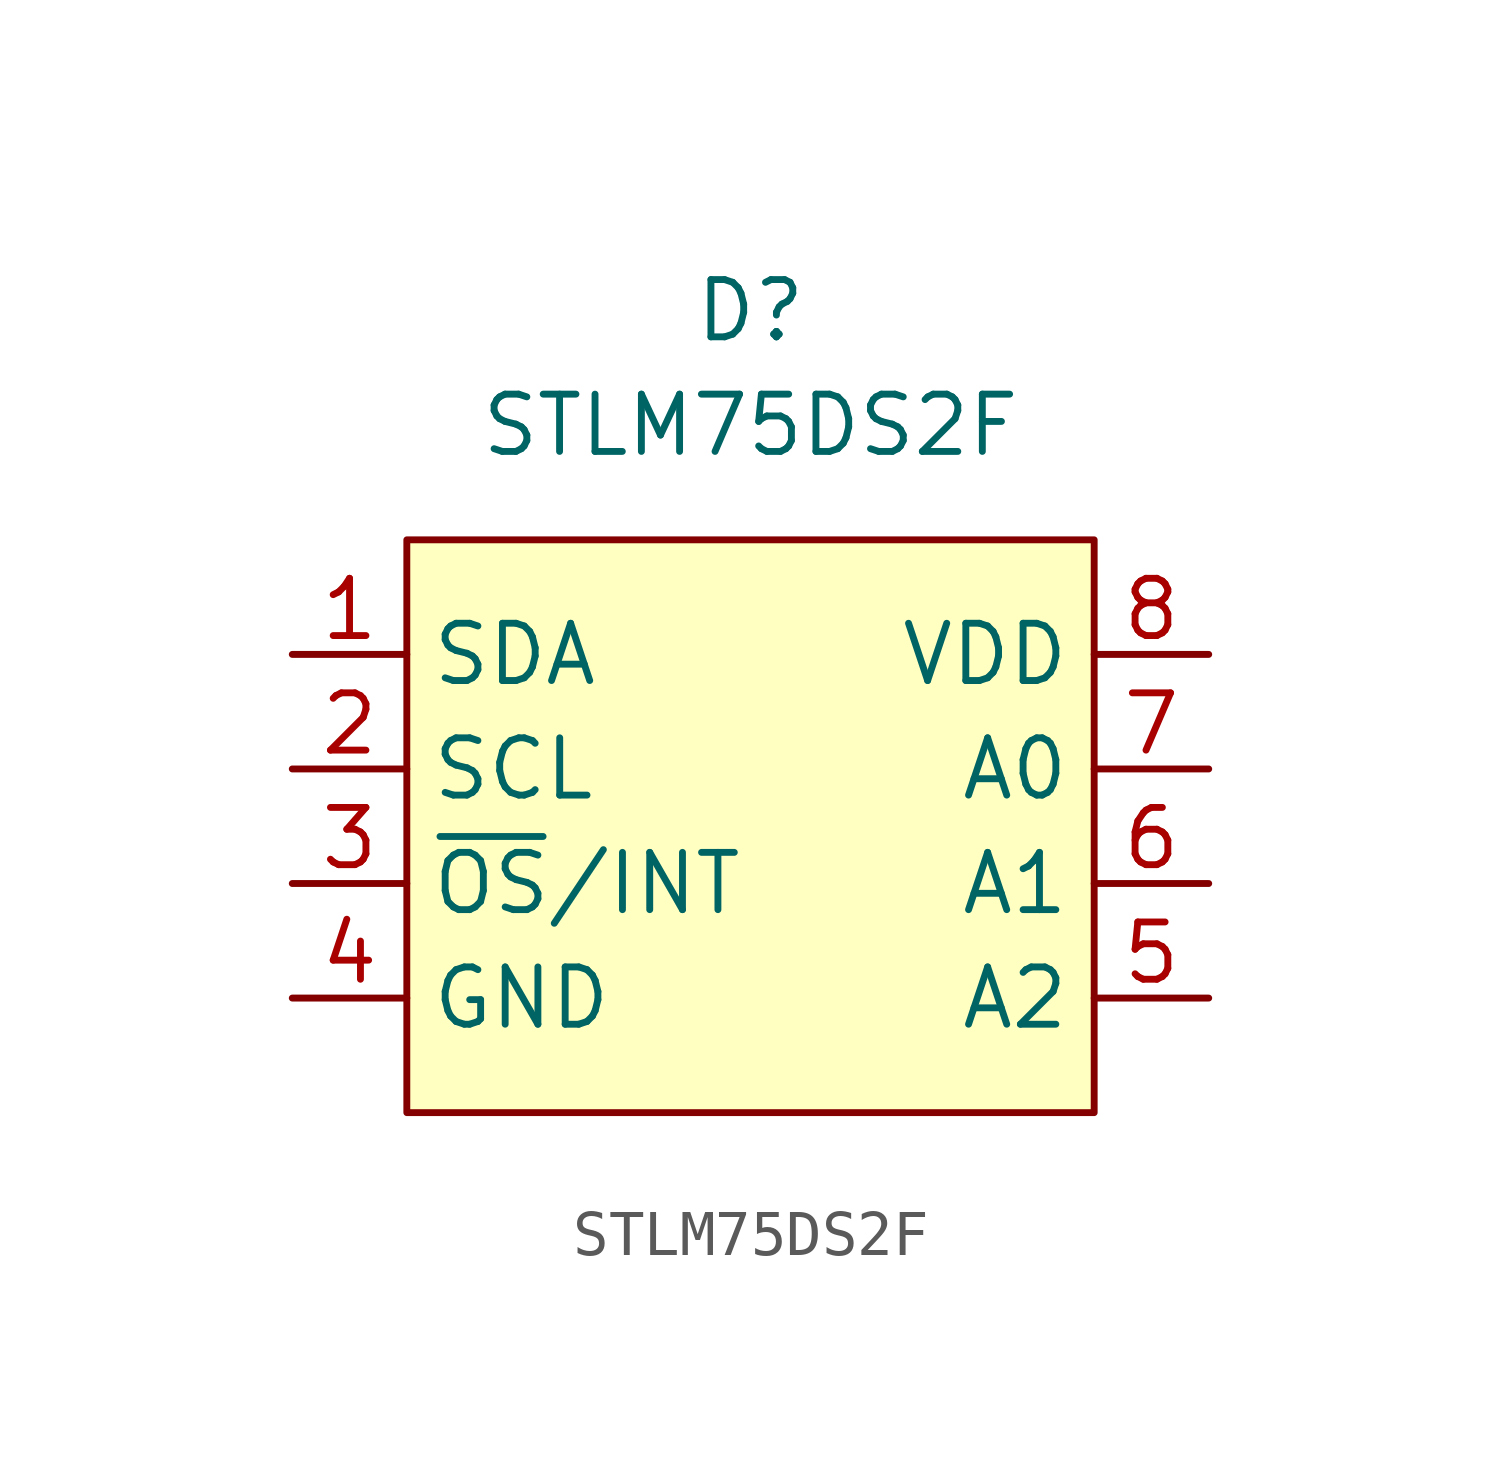
<source format=kicad_sym>
(kicad_symbol_lib
  (version 20220914)
  (generator kicad_symbol_editor)
  (symbol "STLM75DS2F"
    (property "Reference" "D"
      (at 0 5.08 0)
      (effects (font (size 1.27 1.27))))
    (property "Value" "STLM75DS2F"
      (at 0 2.54 0)
      (effects (font (size 1.27 1.27))))
    (symbol "STLM75DS2F_1_1"
      (rectangle (start -7.62 0) (end 7.62 -12.7) (stroke (width 0) (type default)) (fill (type background)))
      (pin input line (at -10.16 -2.54 0) (length 2.54) (name "SDA" (effects (font (size 1.27 1.27)))) (number "1" (effects (font (size 1.27 1.27)))))
      (pin input line (at -10.16 -5.08 0) (length 2.54) (name "SCL" (effects (font (size 1.27 1.27)))) (number "2" (effects (font (size 1.27 1.27)))))
      (pin input line (at -10.16 -7.62 0) (length 2.54) (name "~{OS}/INT" (effects (font (size 1.27 1.27)))) (number "3" (effects (font (size 1.27 1.27)))))
      (pin input line (at -10.16 -10.16 0) (length 2.54) (name "GND" (effects (font (size 1.27 1.27)))) (number "4" (effects (font (size 1.27 1.27)))))
      (pin input line (at 10.16 -10.16 180) (length 2.54) (name "A2" (effects (font (size 1.27 1.27)))) (number "5" (effects (font (size 1.27 1.27)))))
      (pin input line (at 10.16 -7.62 180) (length 2.54) (name "A1" (effects (font (size 1.27 1.27)))) (number "6" (effects (font (size 1.27 1.27)))))
      (pin input line (at 10.16 -5.08 180) (length 2.54) (name "A0" (effects (font (size 1.27 1.27)))) (number "7" (effects (font (size 1.27 1.27)))))
      (pin input line (at 10.16 -2.54 180) (length 2.54) (name "VDD" (effects (font (size 1.27 1.27)))) (number "8" (effects (font (size 1.27 1.27))))))))
</source>
